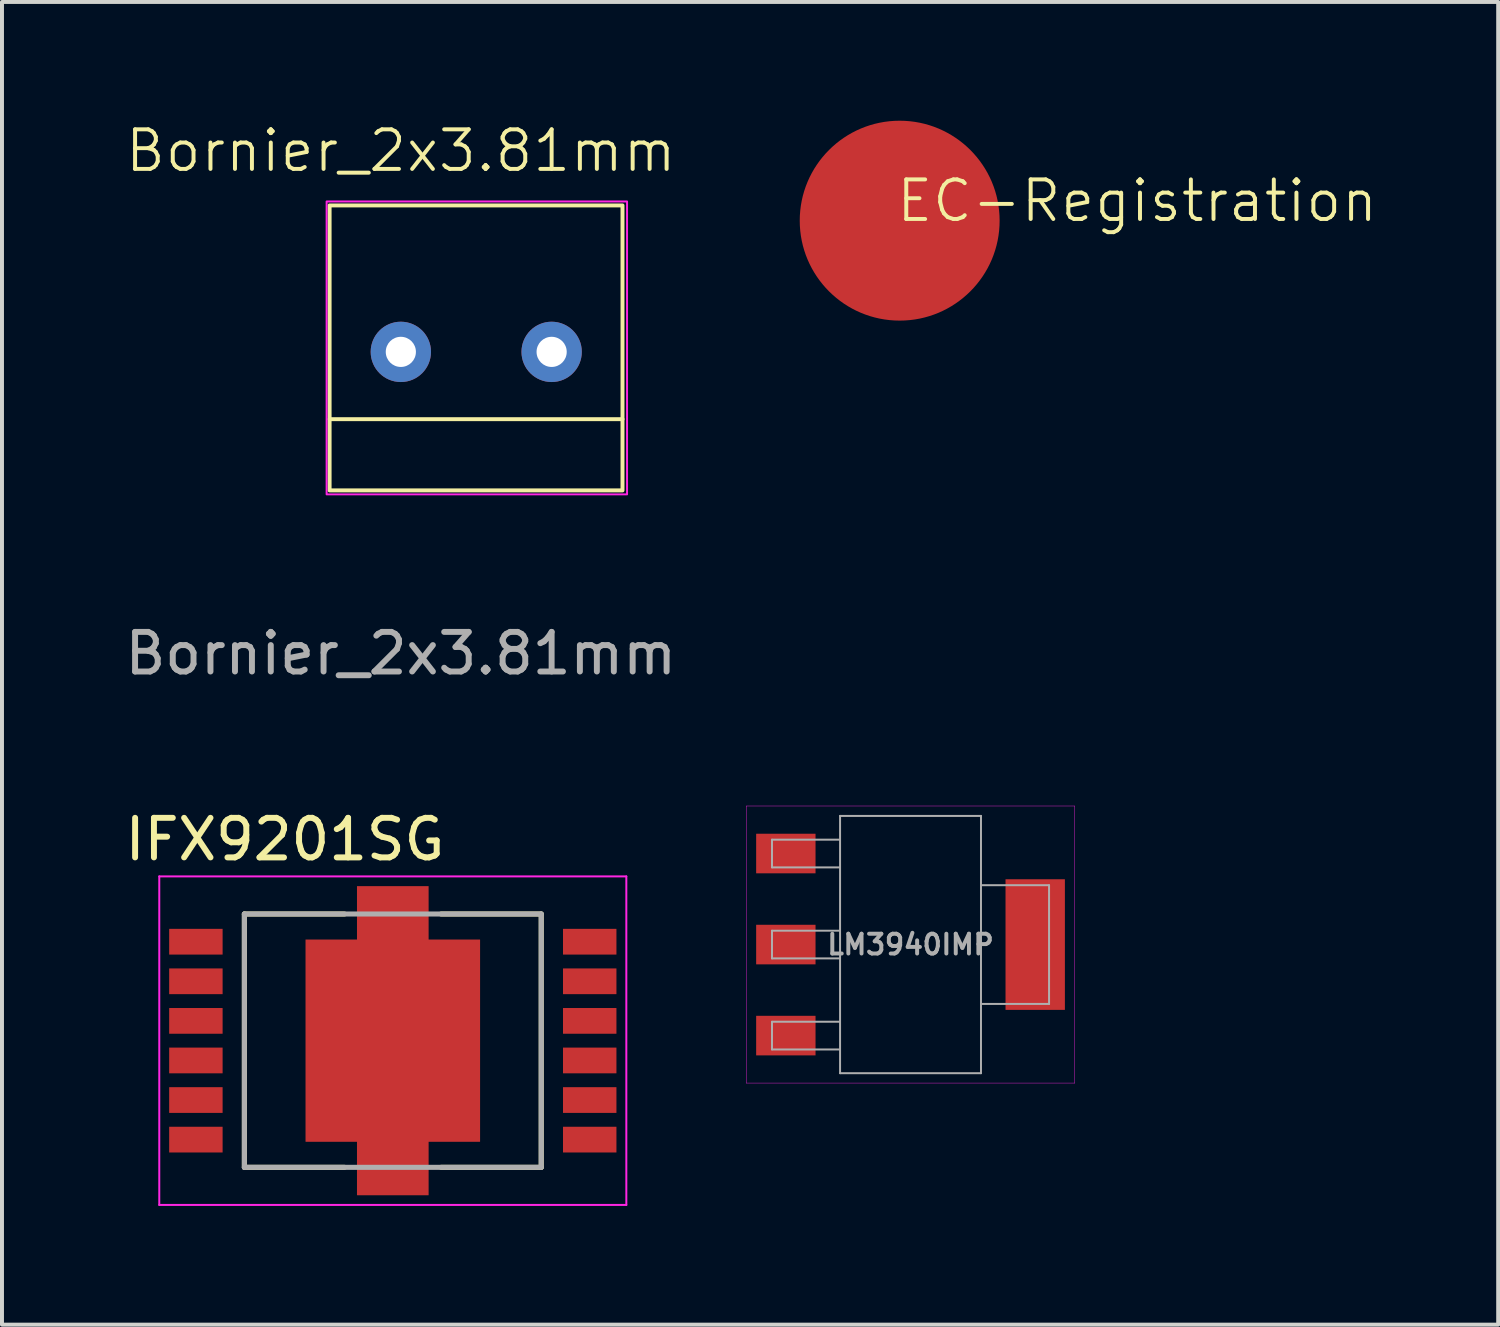
<source format=kicad_pcb>
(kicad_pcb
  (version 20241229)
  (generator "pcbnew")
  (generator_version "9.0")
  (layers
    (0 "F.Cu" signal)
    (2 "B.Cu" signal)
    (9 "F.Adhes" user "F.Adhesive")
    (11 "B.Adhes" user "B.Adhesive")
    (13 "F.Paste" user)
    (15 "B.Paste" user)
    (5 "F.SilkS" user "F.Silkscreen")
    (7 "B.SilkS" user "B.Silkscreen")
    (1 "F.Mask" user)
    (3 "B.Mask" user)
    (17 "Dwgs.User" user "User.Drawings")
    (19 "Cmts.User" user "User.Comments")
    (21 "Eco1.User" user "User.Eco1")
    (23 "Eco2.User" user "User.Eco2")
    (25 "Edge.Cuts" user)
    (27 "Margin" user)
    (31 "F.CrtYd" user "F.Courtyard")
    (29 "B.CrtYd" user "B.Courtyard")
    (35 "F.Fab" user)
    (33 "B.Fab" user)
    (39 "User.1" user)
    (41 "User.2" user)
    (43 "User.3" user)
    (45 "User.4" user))
  (footprint "LM3940IMP"
    (layer "F.Cu")
    (at 19.954 20.814)
    (property "Reference" "LM3940IMP" (at 0 0 0) (layer "F.Fab") (effects (font (size 0.5 0.5) (thickness 0.1))))
    (attr smd)
    (fp_line (start -4.15 -3.5) (end -4.15 3.5) (stroke (width 0.01) (type solid)) (layer "F.CrtYd"))
    (fp_line (start -4.15 3.5) (end 4.15 3.5) (stroke (width 0.01) (type solid)) (layer "F.CrtYd"))
    (fp_line (start 4.15 -3.5) (end -4.15 -3.5) (stroke (width 0.01) (type solid)) (layer "F.CrtYd"))
    (fp_line (start 4.15 3.5) (end 4.15 -3.5) (stroke (width 0.01) (type solid)) (layer "F.CrtYd"))
    (fp_line (start -3.5 -2.65) (end -3.5 -1.95) (stroke (width 0.05) (type solid)) (layer "F.Fab"))
    (fp_line (start -3.5 -1.95) (end -1.8 -1.95) (stroke (width 0.05) (type solid)) (layer "F.Fab"))
    (fp_line (start -3.5 -0.35) (end -3.5 0.35) (stroke (width 0.05) (type solid)) (layer "F.Fab"))
    (fp_line (start -3.5 0.35) (end -1.8 0.35) (stroke (width 0.05) (type solid)) (layer "F.Fab"))
    (fp_line (start -3.5 1.95) (end -3.5 2.65) (stroke (width 0.05) (type solid)) (layer "F.Fab"))
    (fp_line (start -3.5 2.65) (end -1.8 2.65) (stroke (width 0.05) (type solid)) (layer "F.Fab"))
    (fp_line (start -1.8 -2.65) (end -3.5 -2.65) (stroke (width 0.05) (type solid)) (layer "F.Fab"))
    (fp_line (start -1.8 -0.35) (end -3.5 -0.35) (stroke (width 0.05) (type solid)) (layer "F.Fab"))
    (fp_line (start -1.8 1.95) (end -3.5 1.95) (stroke (width 0.05) (type solid)) (layer "F.Fab"))
    (fp_line (start -1.78 -3.25) (end -1.78 3.25) (stroke (width 0.05) (type solid)) (layer "F.Fab"))
    (fp_line (start -1.78 -3.25) (end 1.78 -3.25) (stroke (width 0.05) (type solid)) (layer "F.Fab"))
    (fp_line (start -1.78 3.25) (end 1.78 3.25) (stroke (width 0.05) (type solid)) (layer "F.Fab"))
    (fp_line (start 1.78 -3.25) (end 1.78 3.25) (stroke (width 0.05) (type solid)) (layer "F.Fab"))
    (fp_line (start 1.8 -1.5) (end 3.5 -1.5) (stroke (width 0.05) (type solid)) (layer "F.Fab"))
    (fp_line (start 3.5 -1.5) (end 3.5 1.5) (stroke (width 0.05) (type solid)) (layer "F.Fab"))
    (fp_line (start 3.5 1.5) (end 1.8 1.5) (stroke (width 0.05) (type solid)) (layer "F.Fab"))
    (pad "1" smd rect (at -3.15 -2.3) (size 1.5 1) (layers "F.Cu" "F.Mask" "F.Paste"))
    (pad "2" smd rect (at -3.15 0) (size 1.5 1) (layers "F.Cu" "F.Mask" "F.Paste"))
    (pad "3" smd rect (at -3.15 2.3) (size 1.5 1) (layers "F.Cu" "F.Mask" "F.Paste"))
    (pad "4" smd rect (at 3.15 0) (size 1.5 3.3) (layers "F.Cu" "F.Mask" "F.Paste")))
  (footprint "Bornier_2x3.81mm"
    (layer "F.Cu")
    (at 7.077 5.84)
    (property "Reference" "Bornier_2x3.81mm" (at 0 -5.08 0) (unlocked yes) (layer "F.SilkS") (effects (font (size 1 1) (thickness 0.1))))
    (attr through_hole)
    (fp_line (start -1.8 1.7) (end 5.6 1.7) (stroke (width 0.1) (type default)) (layer "F.SilkS"))
    (fp_rect (start -1.8 -3.7) (end 5.6 3.5) (stroke (width 0.1) (type default)) (fill no) (layer "F.SilkS"))
    (fp_rect (start -1.875 -3.8) (end 5.715 3.6) (stroke (width 0.05) (type default)) (fill no) (layer "F.CrtYd"))
    (fp_text user "${REFERENCE}" (at 0 7.62 0) (unlocked yes) (layer "F.Fab") (effects (font (size 1 1) (thickness 0.15))))
    (pad "1" thru_hole circle (at 3.81 0) (size 1.524 1.524) (drill 0.762) (layers "*.Cu" "*.Mask"))
    (pad "2" thru_hole circle (at 0 0) (size 1.524 1.524) (drill 0.762) (layers "*.Cu" "*.Mask")))
  (footprint "IFX9201SG"
    (layer "F.Cu")
    (at 6.874 23.242)
    (property "Reference" "IFX9201SG" (at -2.725 -5.085 0) (layer "F.SilkS") (effects (font (size 1 1) (thickness 0.15))))
    (attr smd)
    (fp_poly (pts (xy -1 -4) (xy 1 -4) (xy 1 -2.65) (xy 2.3 -2.65) (xy 2.3 2.65) (xy 1 2.65) (xy 1 4) (xy -1 4) (xy -1 2.65) (xy -2.3 2.65) (xy -2.3 -2.65) (xy -1 -2.65)) (stroke (width 0.01) (type solid)) (fill yes) (layer "F.Mask"))
    (fp_line (start -3.75 -3.2) (end -1.22 -3.2) (stroke (width 0.127) (type solid)) (layer "F.SilkS"))
    (fp_line (start -3.75 3.2) (end -3.75 -3.2) (stroke (width 0.127) (type solid)) (layer "F.SilkS"))
    (fp_line (start -3.75 3.2) (end -1.22 3.2) (stroke (width 0.127) (type solid)) (layer "F.SilkS"))
    (fp_line (start 1.22 -3.2) (end 3.75 -3.2) (stroke (width 0.127) (type solid)) (layer "F.SilkS"))
    (fp_line (start 1.22 3.2) (end 3.75 3.2) (stroke (width 0.127) (type solid)) (layer "F.SilkS"))
    (fp_line (start 3.75 3.2) (end 3.75 -3.2) (stroke (width 0.127) (type solid)) (layer "F.SilkS"))
    (fp_poly (pts (xy -2.1 -2.45) (xy -0.2 -2.45) (xy -0.2 -0.2) (xy -2.1 -0.2)) (stroke (width 0.01) (type solid)) (fill yes) (layer "F.Paste"))
    (fp_poly (pts (xy -2.1 0.2) (xy -0.2 0.2) (xy -0.2 2.45) (xy -2.1 2.45)) (stroke (width 0.01) (type solid)) (fill yes) (layer "F.Paste"))
    (fp_poly (pts (xy -0.8 -3.8) (xy 0.8 -3.8) (xy 0.8 -2.85) (xy -0.8 -2.85)) (stroke (width 0.01) (type solid)) (fill yes) (layer "F.Paste"))
    (fp_poly (pts (xy -0.8 2.85) (xy 0.8 2.85) (xy 0.8 3.8) (xy -0.8 3.8)) (stroke (width 0.01) (type solid)) (fill yes) (layer "F.Paste"))
    (fp_poly (pts (xy 0.2 -2.45) (xy 2.1 -2.45) (xy 2.1 -0.2) (xy 0.2 -0.2)) (stroke (width 0.01) (type solid)) (fill yes) (layer "F.Paste"))
    (fp_poly (pts (xy 0.2 0.2) (xy 2.1 0.2) (xy 2.1 2.45) (xy 0.2 2.45)) (stroke (width 0.01) (type solid)) (fill yes) (layer "F.Paste"))
    (fp_line (start -5.9 -4.15) (end -5.9 4.15) (stroke (width 0.05) (type solid)) (layer "F.CrtYd"))
    (fp_line (start -5.9 4.15) (end 5.9 4.15) (stroke (width 0.05) (type solid)) (layer "F.CrtYd"))
    (fp_line (start 5.9 -4.15) (end -5.9 -4.15) (stroke (width 0.05) (type solid)) (layer "F.CrtYd"))
    (fp_line (start 5.9 4.15) (end 5.9 -4.15) (stroke (width 0.05) (type solid)) (layer "F.CrtYd"))
    (fp_line (start -3.75 -3.2) (end 3.75 -3.2) (stroke (width 0.127) (type solid)) (layer "F.Fab"))
    (fp_line (start -3.75 3.2) (end -3.75 -3.2) (stroke (width 0.127) (type solid)) (layer "F.Fab"))
    (fp_line (start -3.75 3.2) (end 3.75 3.2) (stroke (width 0.127) (type solid)) (layer "F.Fab"))
    (fp_line (start 3.75 3.2) (end 3.75 -3.2) (stroke (width 0.127) (type solid)) (layer "F.Fab"))
    (pad "1" smd rect (at -4.975 -2.5) (size 1.35 0.65) (layers "F.Cu" "F.Mask" "F.Paste"))
    (pad "2" smd rect (at -4.975 -1.5) (size 1.35 0.65) (layers "F.Cu" "F.Mask" "F.Paste"))
    (pad "3" smd rect (at -4.975 -0.5) (size 1.35 0.65) (layers "F.Cu" "F.Mask" "F.Paste"))
    (pad "4" smd rect (at -4.975 0.5) (size 1.35 0.65) (layers "F.Cu" "F.Mask" "F.Paste"))
    (pad "5" smd rect (at -4.975 1.5) (size 1.35 0.65) (layers "F.Cu" "F.Mask" "F.Paste"))
    (pad "6" smd rect (at -4.975 2.5) (size 1.35 0.65) (layers "F.Cu" "F.Mask" "F.Paste"))
    (pad "7" smd rect (at 4.975 2.5) (size 1.35 0.65) (layers "F.Cu" "F.Mask" "F.Paste"))
    (pad "8" smd rect (at 4.975 1.5) (size 1.35 0.65) (layers "F.Cu" "F.Mask" "F.Paste"))
    (pad "9" smd rect (at 4.975 0.5) (size 1.35 0.65) (layers "F.Cu" "F.Mask" "F.Paste"))
    (pad "10" smd rect (at 4.975 -0.5) (size 1.35 0.65) (layers "F.Cu" "F.Mask" "F.Paste"))
    (pad "11" smd rect (at 4.975 -1.5) (size 1.35 0.65) (layers "F.Cu" "F.Mask" "F.Paste"))
    (pad "12" smd rect (at 4.975 -2.5) (size 1.35 0.65) (layers "F.Cu" "F.Mask" "F.Paste"))
    (pad "13" smd custom (at 0 0) (size 0.5 0.5) (layers "F.Cu") (options (anchor rect)) (primitives (gr_poly (pts (xy -0.9 -3.9) (xy 0.9 -3.9) (xy 0.9 -2.55) (xy 2.2 -2.55) (xy 2.2 2.55) (xy 0.9 2.55) (xy 0.9 3.9) (xy -0.9 3.9) (xy -0.9 2.55) (xy -2.2 2.55) (xy -2.2 -2.55) (xy -0.9 -2.55)) (width 0.01) (fill yes)))))
  (footprint "EC-Registration"
    (layer "F.Cu")
    (at 19.68 2.525)
    (property "Reference" "EC-Registration" (at 6 -0.5 0) (unlocked yes) (layer "F.SilkS") (effects (font (size 1 1) (thickness 0.1))))
    (attr smd)
    (pad "1" smd circle (at 0 0) (size 5.05 5.05) (layers "F.Cu" "F.Paste")))
  (gr_rect
    (start -3 -3)
    (end 34.801 30.417)
    (stroke (width 0.1) (type default))
    (fill no)
    (layer "Edge.Cuts")))
</source>
